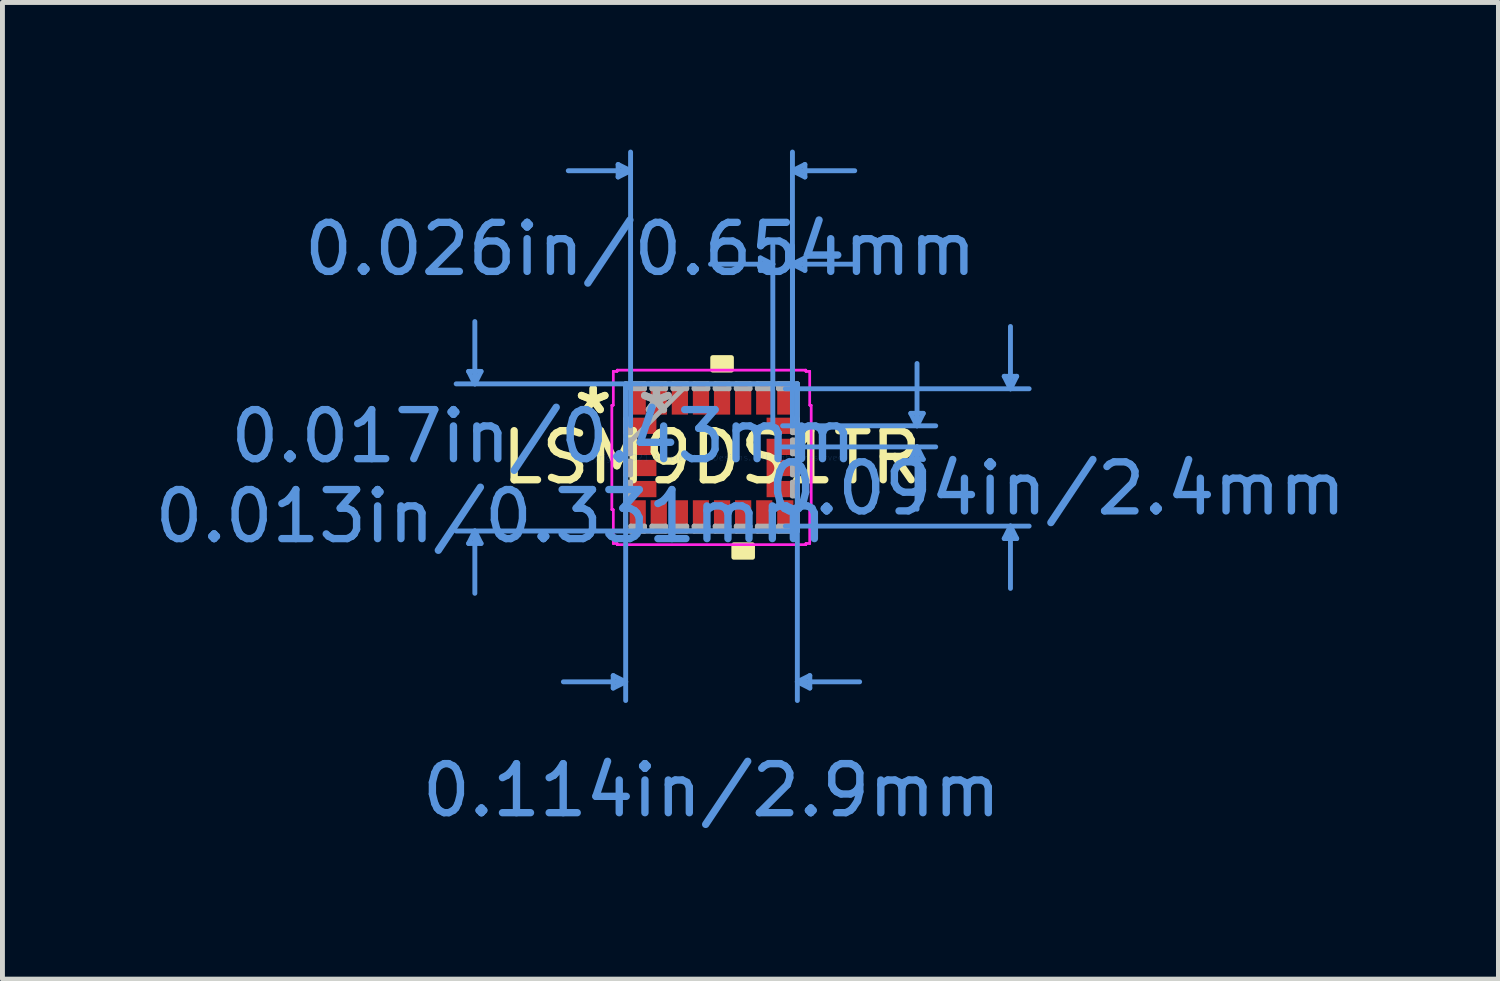
<source format=kicad_pcb>
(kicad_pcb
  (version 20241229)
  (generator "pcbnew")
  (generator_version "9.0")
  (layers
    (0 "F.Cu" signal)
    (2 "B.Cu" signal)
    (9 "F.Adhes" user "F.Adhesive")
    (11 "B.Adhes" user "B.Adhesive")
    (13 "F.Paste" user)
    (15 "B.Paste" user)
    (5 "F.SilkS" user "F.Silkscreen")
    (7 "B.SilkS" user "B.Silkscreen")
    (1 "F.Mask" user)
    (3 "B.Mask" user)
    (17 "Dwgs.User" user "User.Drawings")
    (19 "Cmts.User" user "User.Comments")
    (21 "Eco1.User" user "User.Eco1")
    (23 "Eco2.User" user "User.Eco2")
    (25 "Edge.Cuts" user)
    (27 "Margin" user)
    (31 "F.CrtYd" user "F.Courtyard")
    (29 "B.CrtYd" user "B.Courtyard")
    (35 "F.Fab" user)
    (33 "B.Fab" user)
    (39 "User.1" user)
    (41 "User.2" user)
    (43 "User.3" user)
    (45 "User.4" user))
  (footprint "LSM9DS1TR"
    (layer "F.Cu")
    (at 11.456 6.276)
    (property "Reference" "LSM9DS1TR" (at 0 0 0) (layer "F.SilkS") (effects (font (size 1 1) (thickness 0.15))))
    (attr through_hole)
    (fp_poly (pts (xy 0.025 -1.781) (xy 0.025 -2.035) (xy 0.406 -2.035) (xy 0.406 -1.781)) (stroke (width 0.1) (type solid)) (fill yes) (layer "F.SilkS"))
    (fp_poly (pts (xy 0.455 1.781) (xy 0.455 2.035) (xy 0.836 2.035) (xy 0.836 1.781)) (stroke (width 0.1) (type solid)) (fill yes) (layer "F.SilkS"))
    (fp_line (start -4.952 -1.754) (end -4.698 -1.754) (stroke (width 0.1) (type solid)) (layer "Cmts.User"))
    (fp_line (start -4.952 1.754) (end -4.698 1.754) (stroke (width 0.1) (type solid)) (layer "Cmts.User"))
    (fp_line (start -4.825 -1.5) (end -4.952 -1.754) (stroke (width 0.1) (type solid)) (layer "Cmts.User"))
    (fp_line (start -4.825 -1.5) (end -4.825 -2.77) (stroke (width 0.1) (type solid)) (layer "Cmts.User"))
    (fp_line (start -4.825 -1.5) (end -4.698 -1.754) (stroke (width 0.1) (type solid)) (layer "Cmts.User"))
    (fp_line (start -4.825 1.5) (end -4.952 1.754) (stroke (width 0.1) (type solid)) (layer "Cmts.User"))
    (fp_line (start -4.825 1.5) (end -4.825 2.77) (stroke (width 0.1) (type solid)) (layer "Cmts.User"))
    (fp_line (start -4.825 1.5) (end -4.698 1.754) (stroke (width 0.1) (type solid)) (layer "Cmts.User"))
    (fp_line (start -2.004 4.448) (end -2.004 4.702) (stroke (width 0.1) (type solid)) (layer "Cmts.User"))
    (fp_line (start -1.904 -5.972) (end -1.904 -5.718) (stroke (width 0.1) (type solid)) (layer "Cmts.User"))
    (fp_line (start -1.75 -1.5) (end -1.75 4.956) (stroke (width 0.1) (type solid)) (layer "Cmts.User"))
    (fp_line (start -1.75 4.575) (end -3.02 4.575) (stroke (width 0.1) (type solid)) (layer "Cmts.User"))
    (fp_line (start -1.75 4.575) (end -2.004 4.448) (stroke (width 0.1) (type solid)) (layer "Cmts.User"))
    (fp_line (start -1.75 4.575) (end -2.004 4.702) (stroke (width 0.1) (type solid)) (layer "Cmts.User"))
    (fp_line (start -1.65 -5.845) (end -2.92 -5.845) (stroke (width 0.1) (type solid)) (layer "Cmts.User"))
    (fp_line (start -1.65 -5.845) (end -1.904 -5.972) (stroke (width 0.1) (type solid)) (layer "Cmts.User"))
    (fp_line (start -1.65 -5.845) (end -1.904 -5.718) (stroke (width 0.1) (type solid)) (layer "Cmts.User"))
    (fp_line (start -1.65 -0.645) (end -1.65 -6.226) (stroke (width 0.1) (type solid)) (layer "Cmts.User"))
    (fp_line (start 0.996 -4.067) (end 0.996 -3.813) (stroke (width 0.1) (type solid)) (layer "Cmts.User"))
    (fp_line (start 1.25 -3.94) (end -0.02 -3.94) (stroke (width 0.1) (type solid)) (layer "Cmts.User"))
    (fp_line (start 1.25 -3.94) (end 0.996 -4.067) (stroke (width 0.1) (type solid)) (layer "Cmts.User"))
    (fp_line (start 1.25 -3.94) (end 0.996 -3.813) (stroke (width 0.1) (type solid)) (layer "Cmts.User"))
    (fp_line (start 1.25 -0.645) (end 1.25 -4.321) (stroke (width 0.1) (type solid)) (layer "Cmts.User"))
    (fp_line (start 1.45 -0.645) (end 4.571 -0.645) (stroke (width 0.1) (type solid)) (layer "Cmts.User"))
    (fp_line (start 1.45 -0.215) (end 4.571 -0.215) (stroke (width 0.1) (type solid)) (layer "Cmts.User"))
    (fp_line (start 1.505 -1.4) (end 6.476 -1.4) (stroke (width 0.1) (type solid)) (layer "Cmts.User"))
    (fp_line (start 1.505 1.4) (end 6.476 1.4) (stroke (width 0.1) (type solid)) (layer "Cmts.User"))
    (fp_line (start 1.65 -5.845) (end 1.904 -5.972) (stroke (width 0.1) (type solid)) (layer "Cmts.User"))
    (fp_line (start 1.65 -5.845) (end 1.904 -5.718) (stroke (width 0.1) (type solid)) (layer "Cmts.User"))
    (fp_line (start 1.65 -5.845) (end 2.92 -5.845) (stroke (width 0.1) (type solid)) (layer "Cmts.User"))
    (fp_line (start 1.65 -3.94) (end 1.904 -4.067) (stroke (width 0.1) (type solid)) (layer "Cmts.User"))
    (fp_line (start 1.65 -3.94) (end 1.904 -3.813) (stroke (width 0.1) (type solid)) (layer "Cmts.User"))
    (fp_line (start 1.65 -3.94) (end 2.92 -3.94) (stroke (width 0.1) (type solid)) (layer "Cmts.User"))
    (fp_line (start 1.65 -0.645) (end 1.65 -6.226) (stroke (width 0.1) (type solid)) (layer "Cmts.User"))
    (fp_line (start 1.65 -0.645) (end 1.65 -4.321) (stroke (width 0.1) (type solid)) (layer "Cmts.User"))
    (fp_line (start 1.75 -1.5) (end -5.206 -1.5) (stroke (width 0.1) (type solid)) (layer "Cmts.User"))
    (fp_line (start 1.75 -1.5) (end 1.75 4.956) (stroke (width 0.1) (type solid)) (layer "Cmts.User"))
    (fp_line (start 1.75 1.5) (end -5.206 1.5) (stroke (width 0.1) (type solid)) (layer "Cmts.User"))
    (fp_line (start 1.75 4.575) (end 2.004 4.448) (stroke (width 0.1) (type solid)) (layer "Cmts.User"))
    (fp_line (start 1.75 4.575) (end 2.004 4.702) (stroke (width 0.1) (type solid)) (layer "Cmts.User"))
    (fp_line (start 1.75 4.575) (end 3.02 4.575) (stroke (width 0.1) (type solid)) (layer "Cmts.User"))
    (fp_line (start 1.904 -5.972) (end 1.904 -5.718) (stroke (width 0.1) (type solid)) (layer "Cmts.User"))
    (fp_line (start 1.904 -4.067) (end 1.904 -3.813) (stroke (width 0.1) (type solid)) (layer "Cmts.User"))
    (fp_line (start 2.004 4.448) (end 2.004 4.702) (stroke (width 0.1) (type solid)) (layer "Cmts.User"))
    (fp_line (start 4.063 -0.899) (end 4.317 -0.899) (stroke (width 0.1) (type solid)) (layer "Cmts.User"))
    (fp_line (start 4.063 0.039) (end 4.317 0.039) (stroke (width 0.1) (type solid)) (layer "Cmts.User"))
    (fp_line (start 4.19 -0.645) (end 4.063 -0.899) (stroke (width 0.1) (type solid)) (layer "Cmts.User"))
    (fp_line (start 4.19 -0.645) (end 4.19 -1.915) (stroke (width 0.1) (type solid)) (layer "Cmts.User"))
    (fp_line (start 4.19 -0.645) (end 4.317 -0.899) (stroke (width 0.1) (type solid)) (layer "Cmts.User"))
    (fp_line (start 4.19 -0.215) (end 4.063 0.039) (stroke (width 0.1) (type solid)) (layer "Cmts.User"))
    (fp_line (start 4.19 -0.215) (end 4.19 1.055) (stroke (width 0.1) (type solid)) (layer "Cmts.User"))
    (fp_line (start 4.19 -0.215) (end 4.317 0.039) (stroke (width 0.1) (type solid)) (layer "Cmts.User"))
    (fp_line (start 5.968 -1.654) (end 6.222 -1.654) (stroke (width 0.1) (type solid)) (layer "Cmts.User"))
    (fp_line (start 5.968 1.654) (end 6.222 1.654) (stroke (width 0.1) (type solid)) (layer "Cmts.User"))
    (fp_line (start 6.095 -1.4) (end 5.968 -1.654) (stroke (width 0.1) (type solid)) (layer "Cmts.User"))
    (fp_line (start 6.095 -1.4) (end 6.095 -2.67) (stroke (width 0.1) (type solid)) (layer "Cmts.User"))
    (fp_line (start 6.095 -1.4) (end 6.222 -1.654) (stroke (width 0.1) (type solid)) (layer "Cmts.User"))
    (fp_line (start 6.095 1.4) (end 5.968 1.654) (stroke (width 0.1) (type solid)) (layer "Cmts.User"))
    (fp_line (start 6.095 1.4) (end 6.095 2.67) (stroke (width 0.1) (type solid)) (layer "Cmts.User"))
    (fp_line (start 6.095 1.4) (end 6.222 1.654) (stroke (width 0.1) (type solid)) (layer "Cmts.User"))
    (fp_line (start -2.031 -1.064) (end -2.004 -1.064) (stroke (width 0.05) (type solid)) (layer "F.CrtYd"))
    (fp_line (start -2.031 -1.064) (end -2.004 -1.064) (stroke (width 0.05) (type solid)) (layer "F.CrtYd"))
    (fp_line (start -2.031 1.064) (end -2.031 -1.064) (stroke (width 0.05) (type solid)) (layer "F.CrtYd"))
    (fp_line (start -2.031 1.064) (end -2.031 -1.064) (stroke (width 0.05) (type solid)) (layer "F.CrtYd"))
    (fp_line (start -2.004 -1.754) (end -1.924 -1.754) (stroke (width 0.05) (type solid)) (layer "F.CrtYd"))
    (fp_line (start -2.004 -1.754) (end -1.924 -1.754) (stroke (width 0.05) (type solid)) (layer "F.CrtYd"))
    (fp_line (start -2.004 -1.064) (end -2.004 -1.754) (stroke (width 0.05) (type solid)) (layer "F.CrtYd"))
    (fp_line (start -2.004 -1.064) (end -2.004 -1.754) (stroke (width 0.05) (type solid)) (layer "F.CrtYd"))
    (fp_line (start -2.004 1.064) (end -2.031 1.064) (stroke (width 0.05) (type solid)) (layer "F.CrtYd"))
    (fp_line (start -2.004 1.064) (end -2.031 1.064) (stroke (width 0.05) (type solid)) (layer "F.CrtYd"))
    (fp_line (start -2.004 1.754) (end -2.004 1.064) (stroke (width 0.05) (type solid)) (layer "F.CrtYd"))
    (fp_line (start -2.004 1.754) (end -2.004 1.064) (stroke (width 0.05) (type solid)) (layer "F.CrtYd"))
    (fp_line (start -1.924 -1.781) (end 1.924 -1.781) (stroke (width 0.05) (type solid)) (layer "F.CrtYd"))
    (fp_line (start -1.924 -1.781) (end 1.924 -1.781) (stroke (width 0.05) (type solid)) (layer "F.CrtYd"))
    (fp_line (start -1.924 -1.754) (end -1.924 -1.781) (stroke (width 0.05) (type solid)) (layer "F.CrtYd"))
    (fp_line (start -1.924 -1.754) (end -1.924 -1.781) (stroke (width 0.05) (type solid)) (layer "F.CrtYd"))
    (fp_line (start -1.924 1.754) (end -2.004 1.754) (stroke (width 0.05) (type solid)) (layer "F.CrtYd"))
    (fp_line (start -1.924 1.754) (end -2.004 1.754) (stroke (width 0.05) (type solid)) (layer "F.CrtYd"))
    (fp_line (start -1.924 1.781) (end -1.924 1.754) (stroke (width 0.05) (type solid)) (layer "F.CrtYd"))
    (fp_line (start -1.924 1.781) (end -1.924 1.754) (stroke (width 0.05) (type solid)) (layer "F.CrtYd"))
    (fp_line (start 1.924 -1.781) (end 1.924 -1.754) (stroke (width 0.05) (type solid)) (layer "F.CrtYd"))
    (fp_line (start 1.924 -1.781) (end 1.924 -1.754) (stroke (width 0.05) (type solid)) (layer "F.CrtYd"))
    (fp_line (start 1.924 -1.754) (end 2.004 -1.754) (stroke (width 0.05) (type solid)) (layer "F.CrtYd"))
    (fp_line (start 1.924 -1.754) (end 2.004 -1.754) (stroke (width 0.05) (type solid)) (layer "F.CrtYd"))
    (fp_line (start 1.924 1.754) (end 1.924 1.781) (stroke (width 0.05) (type solid)) (layer "F.CrtYd"))
    (fp_line (start 1.924 1.754) (end 1.924 1.781) (stroke (width 0.05) (type solid)) (layer "F.CrtYd"))
    (fp_line (start 1.924 1.781) (end -1.924 1.781) (stroke (width 0.05) (type solid)) (layer "F.CrtYd"))
    (fp_line (start 1.924 1.781) (end -1.924 1.781) (stroke (width 0.05) (type solid)) (layer "F.CrtYd"))
    (fp_line (start 2.004 -1.754) (end 2.004 -1.064) (stroke (width 0.05) (type solid)) (layer "F.CrtYd"))
    (fp_line (start 2.004 -1.754) (end 2.004 -1.064) (stroke (width 0.05) (type solid)) (layer "F.CrtYd"))
    (fp_line (start 2.004 -1.064) (end 2.031 -1.064) (stroke (width 0.05) (type solid)) (layer "F.CrtYd"))
    (fp_line (start 2.004 -1.064) (end 2.031 -1.064) (stroke (width 0.05) (type solid)) (layer "F.CrtYd"))
    (fp_line (start 2.004 1.064) (end 2.004 1.754) (stroke (width 0.05) (type solid)) (layer "F.CrtYd"))
    (fp_line (start 2.004 1.064) (end 2.004 1.754) (stroke (width 0.05) (type solid)) (layer "F.CrtYd"))
    (fp_line (start 2.004 1.754) (end 1.924 1.754) (stroke (width 0.05) (type solid)) (layer "F.CrtYd"))
    (fp_line (start 2.004 1.754) (end 1.924 1.754) (stroke (width 0.05) (type solid)) (layer "F.CrtYd"))
    (fp_line (start 2.031 -1.064) (end 2.031 1.064) (stroke (width 0.05) (type solid)) (layer "F.CrtYd"))
    (fp_line (start 2.031 -1.064) (end 2.031 1.064) (stroke (width 0.05) (type solid)) (layer "F.CrtYd"))
    (fp_line (start 2.031 1.064) (end 2.004 1.064) (stroke (width 0.05) (type solid)) (layer "F.CrtYd"))
    (fp_line (start 2.031 1.064) (end 2.004 1.064) (stroke (width 0.05) (type solid)) (layer "F.CrtYd"))
    (fp_line (start -1.75 -1.5) (end -1.75 -1.5) (stroke (width 0.1) (type solid)) (layer "F.Fab"))
    (fp_line (start -1.75 -1.5) (end -1.75 1.5) (stroke (width 0.1) (type solid)) (layer "F.Fab"))
    (fp_line (start -1.75 -0.785) (end -1.65 -0.785) (stroke (width 0.1) (type solid)) (layer "F.Fab"))
    (fp_line (start -1.75 -0.505) (end -1.75 -0.785) (stroke (width 0.1) (type solid)) (layer "F.Fab"))
    (fp_line (start -1.75 -0.355) (end -1.65 -0.355) (stroke (width 0.1) (type solid)) (layer "F.Fab"))
    (fp_line (start -1.75 -0.23) (end -0.48 -1.5) (stroke (width 0.1) (type solid)) (layer "F.Fab"))
    (fp_line (start -1.75 -0.075) (end -1.75 -0.355) (stroke (width 0.1) (type solid)) (layer "F.Fab"))
    (fp_line (start -1.75 0.075) (end -1.65 0.075) (stroke (width 0.1) (type solid)) (layer "F.Fab"))
    (fp_line (start -1.75 0.355) (end -1.75 0.075) (stroke (width 0.1) (type solid)) (layer "F.Fab"))
    (fp_line (start -1.75 0.505) (end -1.65 0.505) (stroke (width 0.1) (type solid)) (layer "F.Fab"))
    (fp_line (start -1.75 0.785) (end -1.75 0.505) (stroke (width 0.1) (type solid)) (layer "F.Fab"))
    (fp_line (start -1.75 1.5) (end -1.75 1.5) (stroke (width 0.1) (type solid)) (layer "F.Fab"))
    (fp_line (start -1.75 1.5) (end 1.75 1.5) (stroke (width 0.1) (type solid)) (layer "F.Fab"))
    (fp_line (start -1.65 -0.785) (end -1.65 -0.505) (stroke (width 0.1) (type solid)) (layer "F.Fab"))
    (fp_line (start -1.65 -0.505) (end -1.75 -0.505) (stroke (width 0.1) (type solid)) (layer "F.Fab"))
    (fp_line (start -1.65 -0.355) (end -1.65 -0.075) (stroke (width 0.1) (type solid)) (layer "F.Fab"))
    (fp_line (start -1.65 -0.075) (end -1.75 -0.075) (stroke (width 0.1) (type solid)) (layer "F.Fab"))
    (fp_line (start -1.65 0.075) (end -1.65 0.355) (stroke (width 0.1) (type solid)) (layer "F.Fab"))
    (fp_line (start -1.65 0.355) (end -1.75 0.355) (stroke (width 0.1) (type solid)) (layer "F.Fab"))
    (fp_line (start -1.65 0.505) (end -1.65 0.785) (stroke (width 0.1) (type solid)) (layer "F.Fab"))
    (fp_line (start -1.65 0.785) (end -1.75 0.785) (stroke (width 0.1) (type solid)) (layer "F.Fab"))
    (fp_line (start -1.645 -1.5) (end -1.365 -1.5) (stroke (width 0.1) (type solid)) (layer "F.Fab"))
    (fp_line (start -1.645 -1.4) (end -1.645 -1.5) (stroke (width 0.1) (type solid)) (layer "F.Fab"))
    (fp_line (start -1.645 1.4) (end -1.365 1.4) (stroke (width 0.1) (type solid)) (layer "F.Fab"))
    (fp_line (start -1.645 1.5) (end -1.645 1.4) (stroke (width 0.1) (type solid)) (layer "F.Fab"))
    (fp_line (start -1.365 -1.5) (end -1.365 -1.4) (stroke (width 0.1) (type solid)) (layer "F.Fab"))
    (fp_line (start -1.365 -1.4) (end -1.645 -1.4) (stroke (width 0.1) (type solid)) (layer "F.Fab"))
    (fp_line (start -1.365 1.4) (end -1.365 1.5) (stroke (width 0.1) (type solid)) (layer "F.Fab"))
    (fp_line (start -1.365 1.5) (end -1.645 1.5) (stroke (width 0.1) (type solid)) (layer "F.Fab"))
    (fp_line (start -1.215 -1.5) (end -0.935 -1.5) (stroke (width 0.1) (type solid)) (layer "F.Fab"))
    (fp_line (start -1.215 -1.4) (end -1.215 -1.5) (stroke (width 0.1) (type solid)) (layer "F.Fab"))
    (fp_line (start -1.215 1.4) (end -0.935 1.4) (stroke (width 0.1) (type solid)) (layer "F.Fab"))
    (fp_line (start -1.215 1.5) (end -1.215 1.4) (stroke (width 0.1) (type solid)) (layer "F.Fab"))
    (fp_line (start -0.935 -1.5) (end -0.935 -1.4) (stroke (width 0.1) (type solid)) (layer "F.Fab"))
    (fp_line (start -0.935 -1.4) (end -1.215 -1.4) (stroke (width 0.1) (type solid)) (layer "F.Fab"))
    (fp_line (start -0.935 1.4) (end -0.935 1.5) (stroke (width 0.1) (type solid)) (layer "F.Fab"))
    (fp_line (start -0.935 1.5) (end -1.215 1.5) (stroke (width 0.1) (type solid)) (layer "F.Fab"))
    (fp_line (start -0.785 -1.5) (end -0.505 -1.5) (stroke (width 0.1) (type solid)) (layer "F.Fab"))
    (fp_line (start -0.785 -1.4) (end -0.785 -1.5) (stroke (width 0.1) (type solid)) (layer "F.Fab"))
    (fp_line (start -0.785 1.4) (end -0.505 1.4) (stroke (width 0.1) (type solid)) (layer "F.Fab"))
    (fp_line (start -0.785 1.5) (end -0.785 1.4) (stroke (width 0.1) (type solid)) (layer "F.Fab"))
    (fp_line (start -0.505 -1.5) (end -0.505 -1.4) (stroke (width 0.1) (type solid)) (layer "F.Fab"))
    (fp_line (start -0.505 -1.4) (end -0.785 -1.4) (stroke (width 0.1) (type solid)) (layer "F.Fab"))
    (fp_line (start -0.505 1.4) (end -0.505 1.5) (stroke (width 0.1) (type solid)) (layer "F.Fab"))
    (fp_line (start -0.505 1.5) (end -0.785 1.5) (stroke (width 0.1) (type solid)) (layer "F.Fab"))
    (fp_line (start -0.355 -1.5) (end -0.075 -1.5) (stroke (width 0.1) (type solid)) (layer "F.Fab"))
    (fp_line (start -0.355 -1.4) (end -0.355 -1.5) (stroke (width 0.1) (type solid)) (layer "F.Fab"))
    (fp_line (start -0.355 1.4) (end -0.075 1.4) (stroke (width 0.1) (type solid)) (layer "F.Fab"))
    (fp_line (start -0.355 1.5) (end -0.355 1.4) (stroke (width 0.1) (type solid)) (layer "F.Fab"))
    (fp_line (start -0.075 -1.5) (end -0.075 -1.4) (stroke (width 0.1) (type solid)) (layer "F.Fab"))
    (fp_line (start -0.075 -1.4) (end -0.355 -1.4) (stroke (width 0.1) (type solid)) (layer "F.Fab"))
    (fp_line (start -0.075 1.4) (end -0.075 1.5) (stroke (width 0.1) (type solid)) (layer "F.Fab"))
    (fp_line (start -0.075 1.5) (end -0.355 1.5) (stroke (width 0.1) (type solid)) (layer "F.Fab"))
    (fp_line (start 0.075 -1.5) (end 0.355 -1.5) (stroke (width 0.1) (type solid)) (layer "F.Fab"))
    (fp_line (start 0.075 -1.4) (end 0.075 -1.5) (stroke (width 0.1) (type solid)) (layer "F.Fab"))
    (fp_line (start 0.075 1.4) (end 0.355 1.4) (stroke (width 0.1) (type solid)) (layer "F.Fab"))
    (fp_line (start 0.075 1.5) (end 0.075 1.4) (stroke (width 0.1) (type solid)) (layer "F.Fab"))
    (fp_line (start 0.355 -1.5) (end 0.355 -1.4) (stroke (width 0.1) (type solid)) (layer "F.Fab"))
    (fp_line (start 0.355 -1.4) (end 0.075 -1.4) (stroke (width 0.1) (type solid)) (layer "F.Fab"))
    (fp_line (start 0.355 1.4) (end 0.355 1.5) (stroke (width 0.1) (type solid)) (layer "F.Fab"))
    (fp_line (start 0.355 1.5) (end 0.075 1.5) (stroke (width 0.1) (type solid)) (layer "F.Fab"))
    (fp_line (start 0.505 -1.5) (end 0.785 -1.5) (stroke (width 0.1) (type solid)) (layer "F.Fab"))
    (fp_line (start 0.505 -1.4) (end 0.505 -1.5) (stroke (width 0.1) (type solid)) (layer "F.Fab"))
    (fp_line (start 0.505 1.4) (end 0.785 1.4) (stroke (width 0.1) (type solid)) (layer "F.Fab"))
    (fp_line (start 0.505 1.5) (end 0.505 1.4) (stroke (width 0.1) (type solid)) (layer "F.Fab"))
    (fp_line (start 0.785 -1.5) (end 0.785 -1.4) (stroke (width 0.1) (type solid)) (layer "F.Fab"))
    (fp_line (start 0.785 -1.4) (end 0.505 -1.4) (stroke (width 0.1) (type solid)) (layer "F.Fab"))
    (fp_line (start 0.785 1.4) (end 0.785 1.5) (stroke (width 0.1) (type solid)) (layer "F.Fab"))
    (fp_line (start 0.785 1.5) (end 0.505 1.5) (stroke (width 0.1) (type solid)) (layer "F.Fab"))
    (fp_line (start 0.935 -1.5) (end 1.215 -1.5) (stroke (width 0.1) (type solid)) (layer "F.Fab"))
    (fp_line (start 0.935 -1.4) (end 0.935 -1.5) (stroke (width 0.1) (type solid)) (layer "F.Fab"))
    (fp_line (start 0.935 1.4) (end 1.215 1.4) (stroke (width 0.1) (type solid)) (layer "F.Fab"))
    (fp_line (start 0.935 1.5) (end 0.935 1.4) (stroke (width 0.1) (type solid)) (layer "F.Fab"))
    (fp_line (start 1.215 -1.5) (end 1.215 -1.4) (stroke (width 0.1) (type solid)) (layer "F.Fab"))
    (fp_line (start 1.215 -1.4) (end 0.935 -1.4) (stroke (width 0.1) (type solid)) (layer "F.Fab"))
    (fp_line (start 1.215 1.4) (end 1.215 1.5) (stroke (width 0.1) (type solid)) (layer "F.Fab"))
    (fp_line (start 1.215 1.5) (end 0.935 1.5) (stroke (width 0.1) (type solid)) (layer "F.Fab"))
    (fp_line (start 1.365 -1.5) (end 1.645 -1.5) (stroke (width 0.1) (type solid)) (layer "F.Fab"))
    (fp_line (start 1.365 -1.4) (end 1.365 -1.5) (stroke (width 0.1) (type solid)) (layer "F.Fab"))
    (fp_line (start 1.365 1.4) (end 1.645 1.4) (stroke (width 0.1) (type solid)) (layer "F.Fab"))
    (fp_line (start 1.365 1.5) (end 1.365 1.4) (stroke (width 0.1) (type solid)) (layer "F.Fab"))
    (fp_line (start 1.645 -1.5) (end 1.645 -1.4) (stroke (width 0.1) (type solid)) (layer "F.Fab"))
    (fp_line (start 1.645 -1.4) (end 1.365 -1.4) (stroke (width 0.1) (type solid)) (layer "F.Fab"))
    (fp_line (start 1.645 1.4) (end 1.645 1.5) (stroke (width 0.1) (type solid)) (layer "F.Fab"))
    (fp_line (start 1.645 1.5) (end 1.365 1.5) (stroke (width 0.1) (type solid)) (layer "F.Fab"))
    (fp_line (start 1.65 -0.785) (end 1.75 -0.785) (stroke (width 0.1) (type solid)) (layer "F.Fab"))
    (fp_line (start 1.65 -0.505) (end 1.65 -0.785) (stroke (width 0.1) (type solid)) (layer "F.Fab"))
    (fp_line (start 1.65 -0.355) (end 1.75 -0.355) (stroke (width 0.1) (type solid)) (layer "F.Fab"))
    (fp_line (start 1.65 -0.075) (end 1.65 -0.355) (stroke (width 0.1) (type solid)) (layer "F.Fab"))
    (fp_line (start 1.65 0.075) (end 1.75 0.075) (stroke (width 0.1) (type solid)) (layer "F.Fab"))
    (fp_line (start 1.65 0.355) (end 1.65 0.075) (stroke (width 0.1) (type solid)) (layer "F.Fab"))
    (fp_line (start 1.65 0.505) (end 1.75 0.505) (stroke (width 0.1) (type solid)) (layer "F.Fab"))
    (fp_line (start 1.65 0.785) (end 1.65 0.505) (stroke (width 0.1) (type solid)) (layer "F.Fab"))
    (fp_line (start 1.75 -1.5) (end -1.75 -1.5) (stroke (width 0.1) (type solid)) (layer "F.Fab"))
    (fp_line (start 1.75 -1.5) (end 1.75 -1.5) (stroke (width 0.1) (type solid)) (layer "F.Fab"))
    (fp_line (start 1.75 -0.785) (end 1.75 -0.505) (stroke (width 0.1) (type solid)) (layer "F.Fab"))
    (fp_line (start 1.75 -0.505) (end 1.65 -0.505) (stroke (width 0.1) (type solid)) (layer "F.Fab"))
    (fp_line (start 1.75 -0.355) (end 1.75 -0.075) (stroke (width 0.1) (type solid)) (layer "F.Fab"))
    (fp_line (start 1.75 -0.075) (end 1.65 -0.075) (stroke (width 0.1) (type solid)) (layer "F.Fab"))
    (fp_line (start 1.75 0.075) (end 1.75 0.355) (stroke (width 0.1) (type solid)) (layer "F.Fab"))
    (fp_line (start 1.75 0.355) (end 1.65 0.355) (stroke (width 0.1) (type solid)) (layer "F.Fab"))
    (fp_line (start 1.75 0.505) (end 1.75 0.785) (stroke (width 0.1) (type solid)) (layer "F.Fab"))
    (fp_line (start 1.75 0.785) (end 1.65 0.785) (stroke (width 0.1) (type solid)) (layer "F.Fab"))
    (fp_line (start 1.75 1.5) (end 1.75 -1.5) (stroke (width 0.1) (type solid)) (layer "F.Fab"))
    (fp_line (start 1.75 1.5) (end 1.75 1.5) (stroke (width 0.1) (type solid)) (layer "F.Fab"))
    (fp_text user "*" (at -2.412 -0.86 0) (layer "F.SilkS") (effects (font (size 1 1) (thickness 0.15))))
    (fp_text user "*" (at -2.412 -0.86 0) (layer "F.SilkS") (effects (font (size 1 1) (thickness 0.15))))
    (fp_text user "0.026in/0.654mm" (at -1.45 -4.248 0) (layer "Cmts.User") (effects (font (size 1 1) (thickness 0.15))))
    (fp_text user "0.094in/2.4mm" (at 7.038 0.635 0) (layer "Cmts.User") (effects (font (size 1 1) (thickness 0.15))))
    (fp_text user "0.017in/0.43mm" (at -3.428 -0.43 0) (layer "Cmts.User") (effects (font (size 1 1) (thickness 0.15))))
    (fp_text user "Copyright 2021 Accelerated Designs. All rights reserved." (at 0 0 0) (layer "Cmts.User") (effects (font (size 0.127 0.127) (thickness 0.002))))
    (fp_text user "0.114in/2.9mm" (at 0 6.788 0) (layer "Cmts.User") (effects (font (size 1 1) (thickness 0.15))))
    (fp_text user "0.013in/0.331mm" (at -4.498 1.2 0) (layer "Cmts.User") (effects (font (size 1 1) (thickness 0.15))))
    (fp_text user "*" (at -1.123 -0.86 0) (layer "F.Fab") (effects (font (size 1 1) (thickness 0.15))))
    (fp_text user "*" (at -1.123 -0.86 0) (layer "F.Fab") (effects (font (size 1 1) (thickness 0.15))))
    (pad "1" smd rect (at -1.505 -1.2) (size 0.331 0.654) (layers "F.Cu" "F.Mask" "F.Paste"))
    (pad "2" smd rect (at -1.45 -0.645 90) (size 0.331 0.654) (layers "F.Cu" "F.Mask" "F.Paste"))
    (pad "3" smd rect (at -1.45 -0.215 90) (size 0.331 0.654) (layers "F.Cu" "F.Mask" "F.Paste"))
    (pad "4" smd rect (at -1.45 0.215 90) (size 0.331 0.654) (layers "F.Cu" "F.Mask" "F.Paste"))
    (pad "5" smd rect (at -1.45 0.645 90) (size 0.331 0.654) (layers "F.Cu" "F.Mask" "F.Paste"))
    (pad "6" smd rect (at -1.505 1.2) (size 0.331 0.654) (layers "F.Cu" "F.Mask" "F.Paste"))
    (pad "7" smd rect (at -1.075 1.2) (size 0.331 0.654) (layers "F.Cu" "F.Mask" "F.Paste"))
    (pad "8" smd rect (at -0.645 1.2) (size 0.331 0.654) (layers "F.Cu" "F.Mask" "F.Paste"))
    (pad "9" smd rect (at -0.215 1.2) (size 0.331 0.654) (layers "F.Cu" "F.Mask" "F.Paste"))
    (pad "10" smd rect (at 0.215 1.2) (size 0.331 0.654) (layers "F.Cu" "F.Mask" "F.Paste"))
    (pad "11" smd rect (at 0.645 1.2) (size 0.331 0.654) (layers "F.Cu" "F.Mask" "F.Paste"))
    (pad "12" smd rect (at 1.075 1.2) (size 0.331 0.654) (layers "F.Cu" "F.Mask" "F.Paste"))
    (pad "13" smd rect (at 1.505 1.2) (size 0.331 0.654) (layers "F.Cu" "F.Mask" "F.Paste"))
    (pad "14" smd rect (at 1.45 0.645 90) (size 0.331 0.654) (layers "F.Cu" "F.Mask" "F.Paste"))
    (pad "15" smd rect (at 1.45 0.215 90) (size 0.331 0.654) (layers "F.Cu" "F.Mask" "F.Paste"))
    (pad "16" smd rect (at 1.45 -0.215 90) (size 0.331 0.654) (layers "F.Cu" "F.Mask" "F.Paste"))
    (pad "17" smd rect (at 1.45 -0.645 90) (size 0.331 0.654) (layers "F.Cu" "F.Mask" "F.Paste"))
    (pad "18" smd rect (at 1.505 -1.2) (size 0.331 0.654) (layers "F.Cu" "F.Mask" "F.Paste"))
    (pad "19" smd rect (at 1.075 -1.2) (size 0.331 0.654) (layers "F.Cu" "F.Mask" "F.Paste"))
    (pad "20" smd rect (at 0.645 -1.2) (size 0.331 0.654) (layers "F.Cu" "F.Mask" "F.Paste"))
    (pad "21" smd rect (at 0.215 -1.2) (size 0.331 0.654) (layers "F.Cu" "F.Mask" "F.Paste"))
    (pad "22" smd rect (at -0.215 -1.2) (size 0.331 0.654) (layers "F.Cu" "F.Mask" "F.Paste"))
    (pad "23" smd rect (at -0.645 -1.2) (size 0.331 0.654) (layers "F.Cu" "F.Mask" "F.Paste"))
    (pad "24" smd rect (at -1.075 -1.2) (size 0.331 0.654) (layers "F.Cu" "F.Mask" "F.Paste")))
  (gr_rect
    (start -3 -3)
    (end 27.5 16.912)
    (stroke (width 0.1) (type default))
    (fill no)
    (layer "Edge.Cuts")))
</source>
